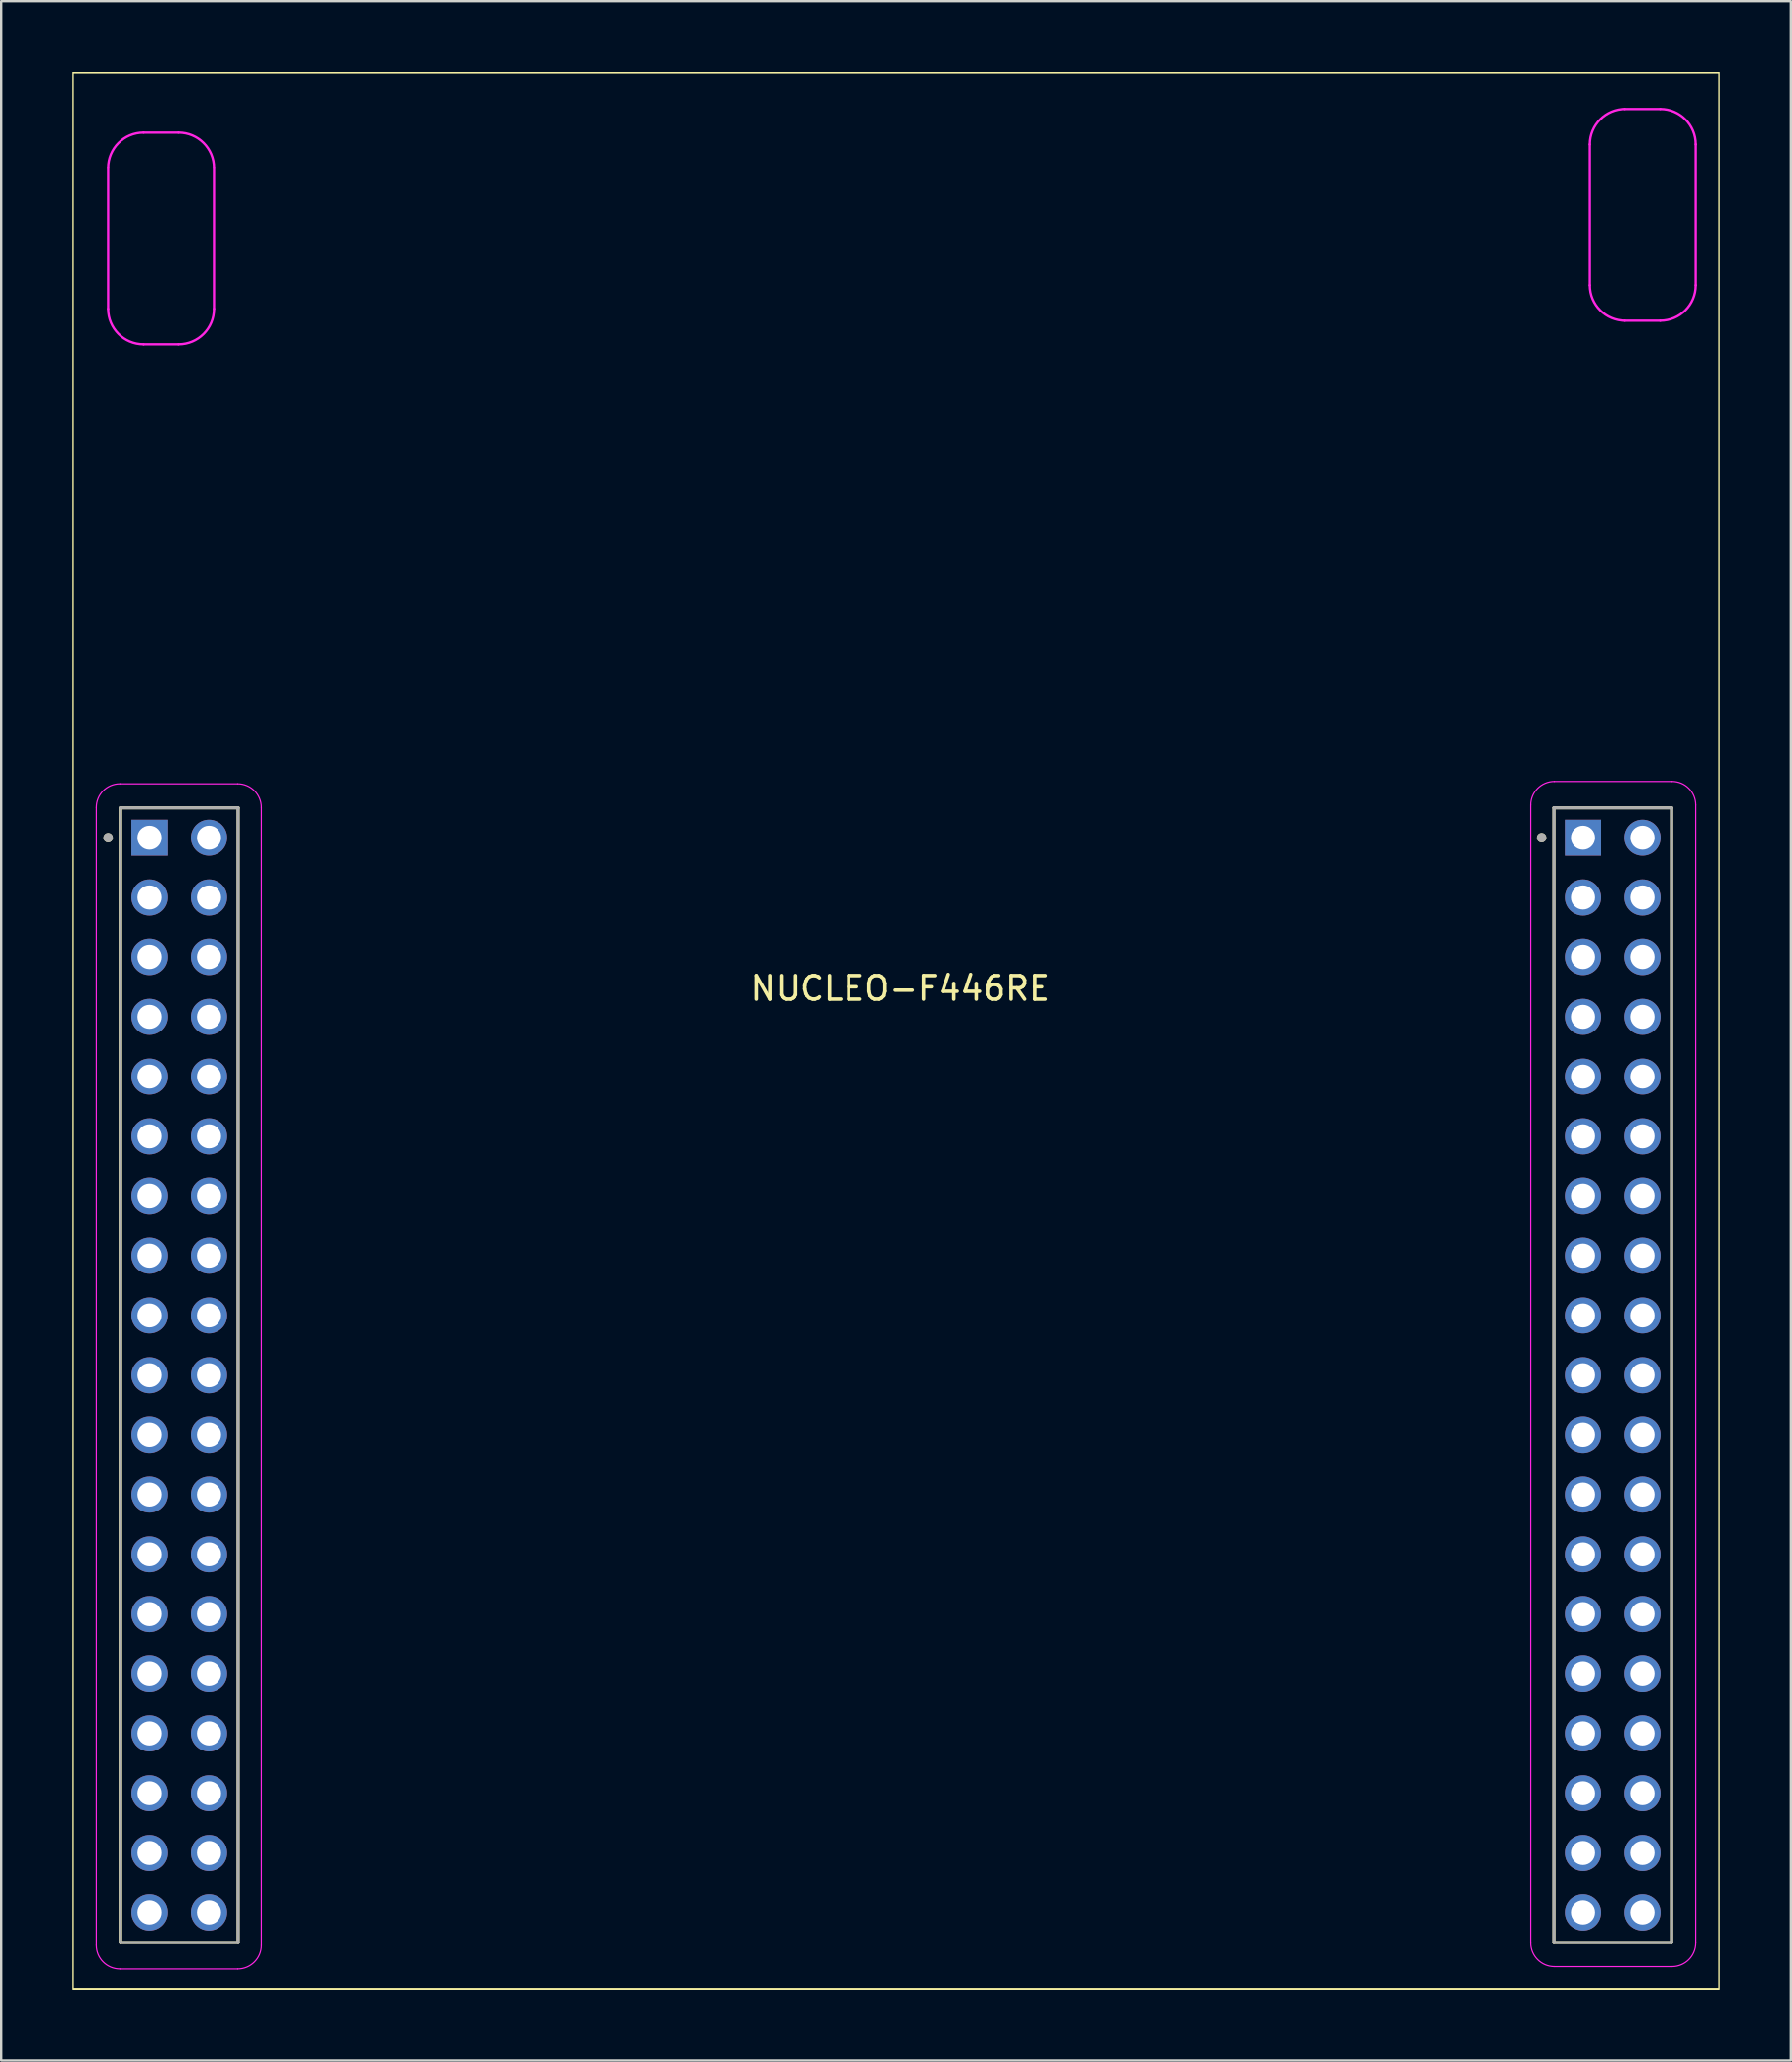
<source format=kicad_pcb>
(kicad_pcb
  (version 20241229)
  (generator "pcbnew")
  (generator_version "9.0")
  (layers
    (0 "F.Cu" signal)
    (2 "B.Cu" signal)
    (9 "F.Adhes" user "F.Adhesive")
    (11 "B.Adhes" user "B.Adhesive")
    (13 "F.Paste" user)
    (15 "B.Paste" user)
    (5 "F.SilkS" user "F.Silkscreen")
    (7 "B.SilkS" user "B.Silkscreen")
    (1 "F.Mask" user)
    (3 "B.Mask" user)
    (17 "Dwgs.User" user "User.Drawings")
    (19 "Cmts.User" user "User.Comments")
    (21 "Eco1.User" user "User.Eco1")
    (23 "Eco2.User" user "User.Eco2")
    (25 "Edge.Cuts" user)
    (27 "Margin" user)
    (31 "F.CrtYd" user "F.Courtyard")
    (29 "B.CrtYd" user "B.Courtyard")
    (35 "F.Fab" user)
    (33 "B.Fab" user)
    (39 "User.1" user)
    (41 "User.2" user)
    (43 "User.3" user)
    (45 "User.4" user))
  (footprint "NUCLEO-F446RE"
    (layer "F.Cu")
    (at 35.05 42.087)
    (property "Reference" "NUCLEO-F446RE" (at 0.2 -3.1 0) (layer "F.SilkS") (effects (font (size 1 1) (thickness 0.15))))
    (attr through_hole)
    (fp_line (start -32.98 -10.78) (end -32.98 37.48) (stroke (width 0.127) (type solid)) (layer "F.SilkS"))
    (fp_line (start -32.98 -10.78) (end -32.98 37.48) (stroke (width 0.127) (type solid)) (layer "F.SilkS"))
    (fp_line (start -32.98 37.48) (end -27.98 37.48) (stroke (width 0.127) (type solid)) (layer "F.SilkS"))
    (fp_line (start -27.98 -10.78) (end -32.98 -10.78) (stroke (width 0.127) (type solid)) (layer "F.SilkS"))
    (fp_line (start -27.98 37.48) (end -27.98 -10.78) (stroke (width 0.127) (type solid)) (layer "F.SilkS"))
    (fp_line (start 27.98 -10.78) (end 27.98 37.48) (stroke (width 0.127) (type solid)) (layer "F.SilkS"))
    (fp_line (start 32.98 -10.78) (end 27.98 -10.78) (stroke (width 0.127) (type solid)) (layer "F.SilkS"))
    (fp_line (start 32.98 -10.78) (end 32.98 37.48) (stroke (width 0.127) (type solid)) (layer "F.SilkS"))
    (fp_line (start 32.98 37.48) (end 27.98 37.48) (stroke (width 0.127) (type solid)) (layer "F.SilkS"))
    (fp_rect (start -35 -42.037) (end 35 39.447) (stroke (width 0.1) (type default)) (fill no) (layer "F.SilkS"))
    (fp_circle (center -33.5 -9.51) (end -33.4 -9.51) (stroke (width 0.2) (type solid)) (fill no) (layer "F.SilkS"))
    (fp_circle (center 27.46 -9.51) (end 27.56 -9.51) (stroke (width 0.2) (type solid)) (fill no) (layer "F.SilkS"))
    (fp_line (start -34 -10.8) (end -34 37.6) (stroke (width 0.05) (type default)) (layer "F.CrtYd"))
    (fp_line (start -33.5 -38) (end -33.5 -32) (stroke (width 0.1) (type default)) (layer "F.CrtYd"))
    (fp_line (start -33 -11.8) (end -28 -11.8) (stroke (width 0.05) (type default)) (layer "F.CrtYd"))
    (fp_line (start -33 38.6) (end -28 38.6) (stroke (width 0.05) (type default)) (layer "F.CrtYd"))
    (fp_line (start -32 -30.5) (end -30.5 -30.5) (stroke (width 0.1) (type default)) (layer "F.CrtYd"))
    (fp_line (start -30.5 -39.5) (end -32 -39.5) (stroke (width 0.1) (type default)) (layer "F.CrtYd"))
    (fp_line (start -29 -32) (end -29 -38) (stroke (width 0.1) (type default)) (layer "F.CrtYd"))
    (fp_line (start -27 -10.8) (end -27 37.6) (stroke (width 0.05) (type default)) (layer "F.CrtYd"))
    (fp_line (start 27 -10.9) (end 27 37.5) (stroke (width 0.05) (type default)) (layer "F.CrtYd"))
    (fp_line (start 28 -11.9) (end 33 -11.9) (stroke (width 0.05) (type default)) (layer "F.CrtYd"))
    (fp_line (start 28 38.5) (end 33 38.5) (stroke (width 0.05) (type default)) (layer "F.CrtYd"))
    (fp_line (start 29.5 -39) (end 29.5 -33) (stroke (width 0.1) (type default)) (layer "F.CrtYd"))
    (fp_line (start 31 -31.5) (end 32.5 -31.5) (stroke (width 0.1) (type default)) (layer "F.CrtYd"))
    (fp_line (start 32.5 -40.5) (end 31 -40.5) (stroke (width 0.1) (type default)) (layer "F.CrtYd"))
    (fp_line (start 34 -33) (end 34 -39) (stroke (width 0.1) (type default)) (layer "F.CrtYd"))
    (fp_line (start 34 -10.9) (end 34 37.5) (stroke (width 0.05) (type default)) (layer "F.CrtYd"))
    (fp_arc (start -34 -10.8) (mid -33.707107 -11.507107) (end -33 -11.8) (stroke (width 0.05) (type default)) (layer "F.CrtYd"))
    (fp_arc (start -33.5 -38) (mid -33.06066 -39.06066) (end -32 -39.5) (stroke (width 0.1) (type default)) (layer "F.CrtYd"))
    (fp_arc (start -33 38.6) (mid -33.707107 38.307107) (end -34 37.6) (stroke (width 0.05) (type default)) (layer "F.CrtYd"))
    (fp_arc (start -32 -30.5) (mid -33.06066 -30.93934) (end -33.5 -32) (stroke (width 0.1) (type default)) (layer "F.CrtYd"))
    (fp_arc (start -30.5 -39.5) (mid -29.43934 -39.06066) (end -29 -38) (stroke (width 0.1) (type default)) (layer "F.CrtYd"))
    (fp_arc (start -29 -32) (mid -29.43934 -30.93934) (end -30.5 -30.5) (stroke (width 0.1) (type default)) (layer "F.CrtYd"))
    (fp_arc (start -28 -11.8) (mid -27.292893 -11.507107) (end -27 -10.8) (stroke (width 0.05) (type default)) (layer "F.CrtYd"))
    (fp_arc (start -27 37.6) (mid -27.292893 38.307107) (end -28 38.6) (stroke (width 0.05) (type default)) (layer "F.CrtYd"))
    (fp_arc (start 27 -10.9) (mid 27.292893 -11.607107) (end 28 -11.9) (stroke (width 0.05) (type default)) (layer "F.CrtYd"))
    (fp_arc (start 28 38.5) (mid 27.292893 38.207107) (end 27 37.5) (stroke (width 0.05) (type default)) (layer "F.CrtYd"))
    (fp_arc (start 29.5 -39) (mid 29.93934 -40.06066) (end 31 -40.5) (stroke (width 0.1) (type default)) (layer "F.CrtYd"))
    (fp_arc (start 31 -31.5) (mid 29.93934 -31.93934) (end 29.5 -33) (stroke (width 0.1) (type default)) (layer "F.CrtYd"))
    (fp_arc (start 32.5 -40.5) (mid 33.56066 -40.06066) (end 34 -39) (stroke (width 0.1) (type default)) (layer "F.CrtYd"))
    (fp_arc (start 33 -11.9) (mid 33.707107 -11.607107) (end 34 -10.9) (stroke (width 0.05) (type default)) (layer "F.CrtYd"))
    (fp_arc (start 34 -33) (mid 33.56066 -31.93934) (end 32.5 -31.5) (stroke (width 0.1) (type default)) (layer "F.CrtYd"))
    (fp_arc (start 34 37.5) (mid 33.707107 38.207107) (end 33 38.5) (stroke (width 0.05) (type default)) (layer "F.CrtYd"))
    (fp_line (start -32.98 -10.78) (end -32.98 37.48) (stroke (width 0.127) (type solid)) (layer "F.Fab"))
    (fp_line (start -32.98 37.48) (end -27.98 37.48) (stroke (width 0.127) (type solid)) (layer "F.Fab"))
    (fp_line (start -27.98 -10.78) (end -32.98 -10.78) (stroke (width 0.127) (type solid)) (layer "F.Fab"))
    (fp_line (start -27.98 37.48) (end -27.98 -10.78) (stroke (width 0.127) (type solid)) (layer "F.Fab"))
    (fp_line (start 27.98 37.48) (end 27.98 -10.78) (stroke (width 0.127) (type solid)) (layer "F.Fab"))
    (fp_line (start 27.98 37.48) (end 32.98 37.48) (stroke (width 0.127) (type solid)) (layer "F.Fab"))
    (fp_line (start 32.98 -10.78) (end 27.98 -10.78) (stroke (width 0.127) (type solid)) (layer "F.Fab"))
    (fp_line (start 32.98 37.48) (end 32.98 -10.78) (stroke (width 0.127) (type solid)) (layer "F.Fab"))
    (fp_circle (center -33.5 -9.51) (end -33.4 -9.51) (stroke (width 0.2) (type solid)) (fill no) (layer "F.Fab"))
    (fp_circle (center 27.46 -9.51) (end 27.56 -9.51) (stroke (width 0.2) (type solid)) (fill no) (layer "F.Fab"))
    (pad "CN7_1" thru_hole rect (at -31.75 -9.51) (size 1.53 1.53) (drill 1.02) (layers "*.Cu" "*.Mask"))
    (pad "CN7_2" thru_hole circle (at -29.21 -9.51) (size 1.53 1.53) (drill 1.02) (layers "*.Cu" "*.Mask"))
    (pad "CN7_3" thru_hole circle (at -31.75 -6.97) (size 1.53 1.53) (drill 1.02) (layers "*.Cu" "*.Mask"))
    (pad "CN7_4" thru_hole circle (at -29.21 -6.97) (size 1.53 1.53) (drill 1.02) (layers "*.Cu" "*.Mask"))
    (pad "CN7_5" thru_hole circle (at -31.75 -4.43) (size 1.53 1.53) (drill 1.02) (layers "*.Cu" "*.Mask"))
    (pad "CN7_6" thru_hole circle (at -29.21 -4.43) (size 1.53 1.53) (drill 1.02) (layers "*.Cu" "*.Mask"))
    (pad "CN7_7" thru_hole circle (at -31.75 -1.89) (size 1.53 1.53) (drill 1.02) (layers "*.Cu" "*.Mask"))
    (pad "CN7_8" thru_hole circle (at -29.21 -1.89) (size 1.53 1.53) (drill 1.02) (layers "*.Cu" "*.Mask"))
    (pad "CN7_9" thru_hole circle (at -31.75 0.65) (size 1.53 1.53) (drill 1.02) (layers "*.Cu" "*.Mask"))
    (pad "CN7_10" thru_hole circle (at -29.21 0.65) (size 1.53 1.53) (drill 1.02) (layers "*.Cu" "*.Mask"))
    (pad "CN7_11" thru_hole circle (at -31.75 3.19) (size 1.53 1.53) (drill 1.02) (layers "*.Cu" "*.Mask"))
    (pad "CN7_12" thru_hole circle (at -29.21 3.19) (size 1.53 1.53) (drill 1.02) (layers "*.Cu" "*.Mask"))
    (pad "CN7_13" thru_hole circle (at -31.75 5.73) (size 1.53 1.53) (drill 1.02) (layers "*.Cu" "*.Mask"))
    (pad "CN7_14" thru_hole circle (at -29.21 5.73) (size 1.53 1.53) (drill 1.02) (layers "*.Cu" "*.Mask"))
    (pad "CN7_15" thru_hole circle (at -31.75 8.27) (size 1.53 1.53) (drill 1.02) (layers "*.Cu" "*.Mask"))
    (pad "CN7_16" thru_hole circle (at -29.21 8.27) (size 1.53 1.53) (drill 1.02) (layers "*.Cu" "*.Mask"))
    (pad "CN7_17" thru_hole circle (at -31.75 10.81) (size 1.53 1.53) (drill 1.02) (layers "*.Cu" "*.Mask"))
    (pad "CN7_18" thru_hole circle (at -29.21 10.81) (size 1.53 1.53) (drill 1.02) (layers "*.Cu" "*.Mask"))
    (pad "CN7_19" thru_hole circle (at -31.75 13.35) (size 1.53 1.53) (drill 1.02) (layers "*.Cu" "*.Mask"))
    (pad "CN7_20" thru_hole circle (at -29.21 13.35) (size 1.53 1.53) (drill 1.02) (layers "*.Cu" "*.Mask"))
    (pad "CN7_21" thru_hole circle (at -31.75 15.89) (size 1.53 1.53) (drill 1.02) (layers "*.Cu" "*.Mask"))
    (pad "CN7_22" thru_hole circle (at -29.21 15.89) (size 1.53 1.53) (drill 1.02) (layers "*.Cu" "*.Mask"))
    (pad "CN7_23" thru_hole circle (at -31.75 18.43) (size 1.53 1.53) (drill 1.02) (layers "*.Cu" "*.Mask"))
    (pad "CN7_24" thru_hole circle (at -29.21 18.43) (size 1.53 1.53) (drill 1.02) (layers "*.Cu" "*.Mask"))
    (pad "CN7_25" thru_hole circle (at -31.75 20.97) (size 1.53 1.53) (drill 1.02) (layers "*.Cu" "*.Mask"))
    (pad "CN7_26" thru_hole circle (at -29.21 20.97) (size 1.53 1.53) (drill 1.02) (layers "*.Cu" "*.Mask"))
    (pad "CN7_27" thru_hole circle (at -31.75 23.51) (size 1.53 1.53) (drill 1.02) (layers "*.Cu" "*.Mask"))
    (pad "CN7_28" thru_hole circle (at -29.21 23.51) (size 1.53 1.53) (drill 1.02) (layers "*.Cu" "*.Mask"))
    (pad "CN7_29" thru_hole circle (at -31.75 26.05) (size 1.53 1.53) (drill 1.02) (layers "*.Cu" "*.Mask"))
    (pad "CN7_30" thru_hole circle (at -29.21 26.05) (size 1.53 1.53) (drill 1.02) (layers "*.Cu" "*.Mask"))
    (pad "CN7_31" thru_hole circle (at -31.75 28.59) (size 1.53 1.53) (drill 1.02) (layers "*.Cu" "*.Mask"))
    (pad "CN7_32" thru_hole circle (at -29.21 28.59) (size 1.53 1.53) (drill 1.02) (layers "*.Cu" "*.Mask"))
    (pad "CN7_33" thru_hole circle (at -31.75 31.13) (size 1.53 1.53) (drill 1.02) (layers "*.Cu" "*.Mask"))
    (pad "CN7_34" thru_hole circle (at -29.21 31.13) (size 1.53 1.53) (drill 1.02) (layers "*.Cu" "*.Mask"))
    (pad "CN7_35" thru_hole circle (at -31.75 33.67) (size 1.53 1.53) (drill 1.02) (layers "*.Cu" "*.Mask"))
    (pad "CN7_36" thru_hole circle (at -29.21 33.67) (size 1.53 1.53) (drill 1.02) (layers "*.Cu" "*.Mask"))
    (pad "CN7_37" thru_hole circle (at -31.75 36.21) (size 1.53 1.53) (drill 1.02) (layers "*.Cu" "*.Mask"))
    (pad "CN7_38" thru_hole circle (at -29.21 36.21) (size 1.53 1.53) (drill 1.02) (layers "*.Cu" "*.Mask"))
    (pad "CN10_1" thru_hole rect (at 29.21 -9.51) (size 1.53 1.53) (drill 1.02) (layers "*.Cu" "*.Mask"))
    (pad "CN10_2" thru_hole circle (at 31.75 -9.51) (size 1.53 1.53) (drill 1.02) (layers "*.Cu" "*.Mask"))
    (pad "CN10_3" thru_hole circle (at 29.21 -6.97) (size 1.53 1.53) (drill 1.02) (layers "*.Cu" "*.Mask"))
    (pad "CN10_4" thru_hole circle (at 31.75 -6.97) (size 1.53 1.53) (drill 1.02) (layers "*.Cu" "*.Mask"))
    (pad "CN10_5" thru_hole circle (at 29.21 -4.43) (size 1.53 1.53) (drill 1.02) (layers "*.Cu" "*.Mask"))
    (pad "CN10_6" thru_hole circle (at 31.75 -4.43) (size 1.53 1.53) (drill 1.02) (layers "*.Cu" "*.Mask"))
    (pad "CN10_7" thru_hole circle (at 29.21 -1.89) (size 1.53 1.53) (drill 1.02) (layers "*.Cu" "*.Mask"))
    (pad "CN10_8" thru_hole circle (at 31.75 -1.89) (size 1.53 1.53) (drill 1.02) (layers "*.Cu" "*.Mask"))
    (pad "CN10_9" thru_hole circle (at 29.21 0.65) (size 1.53 1.53) (drill 1.02) (layers "*.Cu" "*.Mask"))
    (pad "CN10_10" thru_hole circle (at 31.75 0.65) (size 1.53 1.53) (drill 1.02) (layers "*.Cu" "*.Mask"))
    (pad "CN10_11" thru_hole circle (at 29.21 3.19) (size 1.53 1.53) (drill 1.02) (layers "*.Cu" "*.Mask"))
    (pad "CN10_12" thru_hole circle (at 31.75 3.19) (size 1.53 1.53) (drill 1.02) (layers "*.Cu" "*.Mask"))
    (pad "CN10_13" thru_hole circle (at 29.21 5.73) (size 1.53 1.53) (drill 1.02) (layers "*.Cu" "*.Mask"))
    (pad "CN10_14" thru_hole circle (at 31.75 5.73) (size 1.53 1.53) (drill 1.02) (layers "*.Cu" "*.Mask"))
    (pad "CN10_15" thru_hole circle (at 29.21 8.27) (size 1.53 1.53) (drill 1.02) (layers "*.Cu" "*.Mask"))
    (pad "CN10_16" thru_hole circle (at 31.75 8.27) (size 1.53 1.53) (drill 1.02) (layers "*.Cu" "*.Mask"))
    (pad "CN10_17" thru_hole circle (at 29.21 10.81) (size 1.53 1.53) (drill 1.02) (layers "*.Cu" "*.Mask"))
    (pad "CN10_18" thru_hole circle (at 31.75 10.81) (size 1.53 1.53) (drill 1.02) (layers "*.Cu" "*.Mask"))
    (pad "CN10_19" thru_hole circle (at 29.21 13.35) (size 1.53 1.53) (drill 1.02) (layers "*.Cu" "*.Mask"))
    (pad "CN10_20" thru_hole circle (at 31.75 13.35) (size 1.53 1.53) (drill 1.02) (layers "*.Cu" "*.Mask"))
    (pad "CN10_21" thru_hole circle (at 29.21 15.89) (size 1.53 1.53) (drill 1.02) (layers "*.Cu" "*.Mask"))
    (pad "CN10_22" thru_hole circle (at 31.75 15.89) (size 1.53 1.53) (drill 1.02) (layers "*.Cu" "*.Mask"))
    (pad "CN10_23" thru_hole circle (at 29.21 18.43) (size 1.53 1.53) (drill 1.02) (layers "*.Cu" "*.Mask"))
    (pad "CN10_24" thru_hole circle (at 31.75 18.43) (size 1.53 1.53) (drill 1.02) (layers "*.Cu" "*.Mask"))
    (pad "CN10_25" thru_hole circle (at 29.21 20.97) (size 1.53 1.53) (drill 1.02) (layers "*.Cu" "*.Mask"))
    (pad "CN10_26" thru_hole circle (at 31.75 20.97) (size 1.53 1.53) (drill 1.02) (layers "*.Cu" "*.Mask"))
    (pad "CN10_27" thru_hole circle (at 29.21 23.51) (size 1.53 1.53) (drill 1.02) (layers "*.Cu" "*.Mask"))
    (pad "CN10_28" thru_hole circle (at 31.75 23.51) (size 1.53 1.53) (drill 1.02) (layers "*.Cu" "*.Mask"))
    (pad "CN10_29" thru_hole circle (at 29.21 26.05) (size 1.53 1.53) (drill 1.02) (layers "*.Cu" "*.Mask"))
    (pad "CN10_30" thru_hole circle (at 31.75 26.05) (size 1.53 1.53) (drill 1.02) (layers "*.Cu" "*.Mask"))
    (pad "CN10_31" thru_hole circle (at 29.21 28.59) (size 1.53 1.53) (drill 1.02) (layers "*.Cu" "*.Mask"))
    (pad "CN10_32" thru_hole circle (at 31.75 28.59) (size 1.53 1.53) (drill 1.02) (layers "*.Cu" "*.Mask"))
    (pad "CN10_33" thru_hole circle (at 29.21 31.13) (size 1.53 1.53) (drill 1.02) (layers "*.Cu" "*.Mask"))
    (pad "CN10_34" thru_hole circle (at 31.75 31.13) (size 1.53 1.53) (drill 1.02) (layers "*.Cu" "*.Mask"))
    (pad "CN10_35" thru_hole circle (at 29.21 33.67) (size 1.53 1.53) (drill 1.02) (layers "*.Cu" "*.Mask"))
    (pad "CN10_36" thru_hole circle (at 31.75 33.67) (size 1.53 1.53) (drill 1.02) (layers "*.Cu" "*.Mask"))
    (pad "CN10_37" thru_hole circle (at 29.21 36.21) (size 1.53 1.53) (drill 1.02) (layers "*.Cu" "*.Mask"))
    (pad "CN10_38" thru_hole circle (at 31.75 36.21) (size 1.53 1.53) (drill 1.02) (layers "*.Cu" "*.Mask")))
  (gr_rect
    (start -3 -3)
    (end 73.1 84.584)
    (stroke (width 0.1) (type default))
    (fill no)
    (layer "Edge.Cuts")))
</source>
